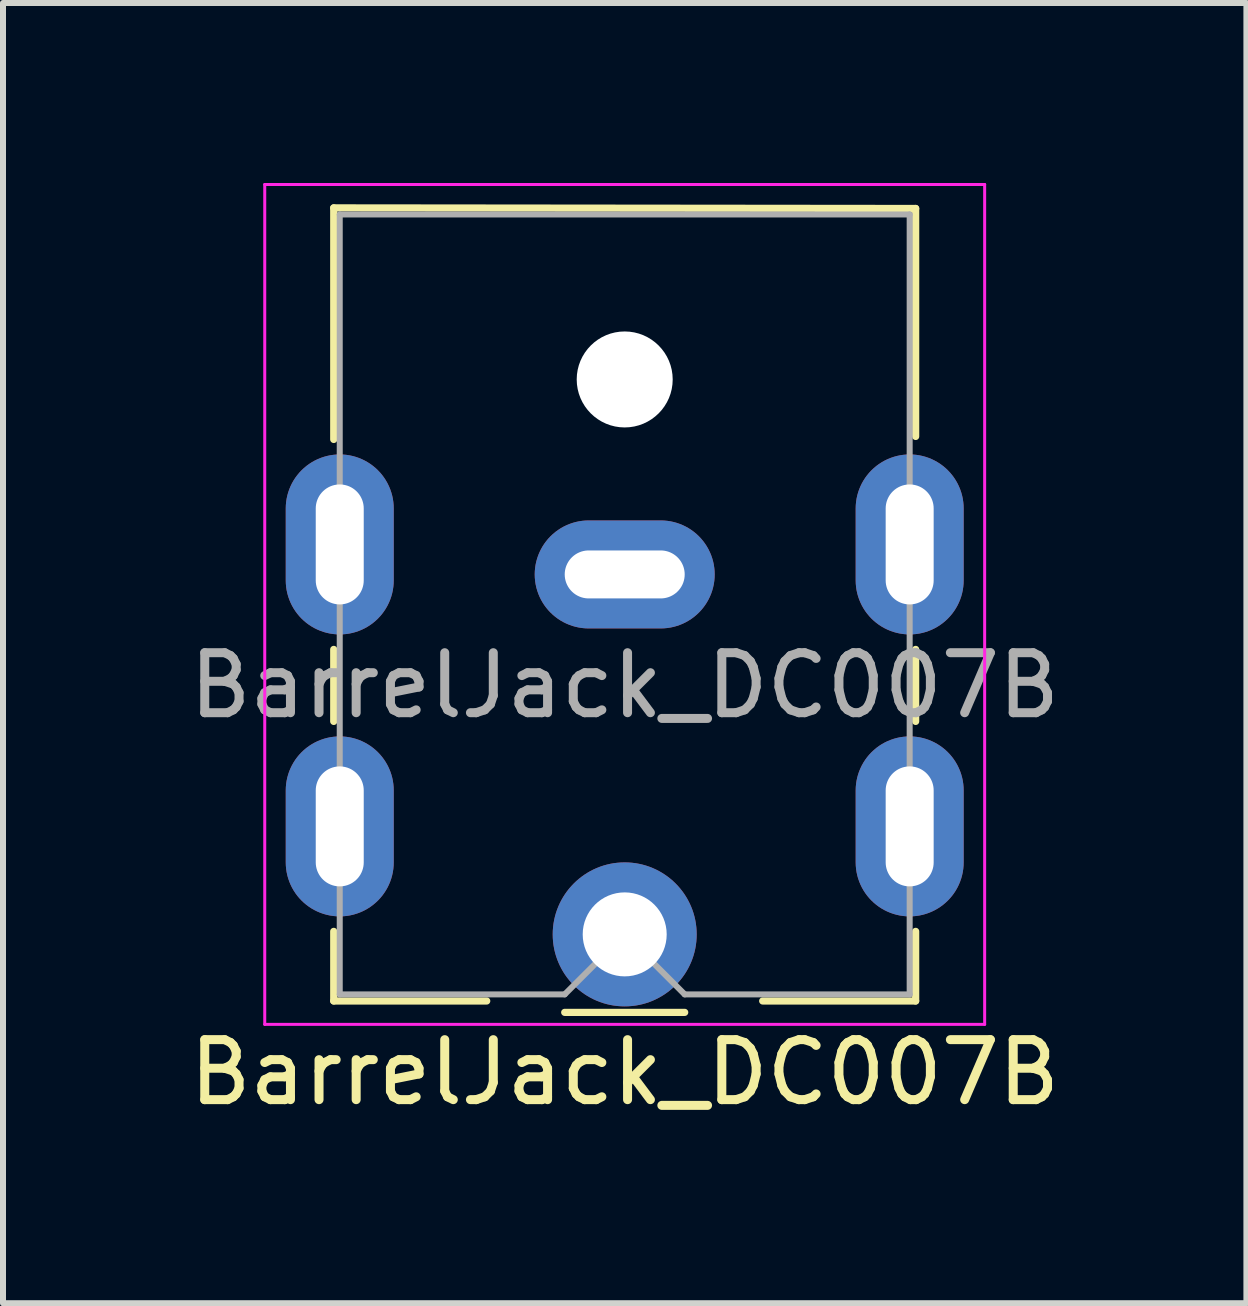
<source format=kicad_pcb>
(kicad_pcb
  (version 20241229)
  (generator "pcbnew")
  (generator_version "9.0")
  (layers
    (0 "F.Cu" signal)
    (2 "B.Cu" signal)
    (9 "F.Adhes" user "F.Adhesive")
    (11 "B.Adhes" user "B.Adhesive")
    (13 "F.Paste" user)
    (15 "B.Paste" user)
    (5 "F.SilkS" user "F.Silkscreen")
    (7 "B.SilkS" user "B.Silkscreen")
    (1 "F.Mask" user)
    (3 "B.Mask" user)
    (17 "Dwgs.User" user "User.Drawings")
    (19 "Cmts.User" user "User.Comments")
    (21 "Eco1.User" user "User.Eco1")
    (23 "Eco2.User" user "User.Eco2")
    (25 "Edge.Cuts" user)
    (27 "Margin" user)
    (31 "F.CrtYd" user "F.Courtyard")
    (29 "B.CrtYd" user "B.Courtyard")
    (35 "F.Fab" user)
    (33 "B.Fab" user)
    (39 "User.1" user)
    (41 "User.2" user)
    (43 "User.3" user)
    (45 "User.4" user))
  (footprint "BarrelJack_DC007B"
    (layer "F.Cu")
    (at 7.363 0.525)
    (property "Reference" "BarrelJack_DC007B" (at 0 14.3 0) (layer "F.SilkS") (effects (font (size 1 1) (thickness 0.15))))
    (attr through_hole)
    (fp_line (start -4.85 -0.11) (end 4.85 -0.1) (stroke (width 0.12) (type solid)) (layer "F.SilkS"))
    (fp_line (start -4.85 3.75) (end -4.85 -0.11) (stroke (width 0.12) (type solid)) (layer "F.SilkS"))
    (fp_line (start -4.85 7.25) (end -4.85 8.45) (stroke (width 0.12) (type solid)) (layer "F.SilkS"))
    (fp_line (start -4.85 13.11) (end -4.85 11.95) (stroke (width 0.12) (type solid)) (layer "F.SilkS"))
    (fp_line (start -2.3 13.11) (end -4.85 13.11) (stroke (width 0.12) (type solid)) (layer "F.SilkS"))
    (fp_line (start 1 13.3) (end -1 13.3) (stroke (width 0.12) (type solid)) (layer "F.SilkS"))
    (fp_line (start 4.85 -0.1) (end 4.85 3.7) (stroke (width 0.12) (type solid)) (layer "F.SilkS"))
    (fp_line (start 4.85 7.25) (end 4.85 8.45) (stroke (width 0.12) (type solid)) (layer "F.SilkS"))
    (fp_line (start 4.85 11.95) (end 4.85 13.11) (stroke (width 0.12) (type solid)) (layer "F.SilkS"))
    (fp_line (start 4.85 13.11) (end 2.3 13.11) (stroke (width 0.12) (type solid)) (layer "F.SilkS"))
    (fp_line (start -6 -0.5) (end -6 13.5) (stroke (width 0.05) (type solid)) (layer "F.CrtYd"))
    (fp_line (start -6 13.5) (end 6 13.5) (stroke (width 0.05) (type solid)) (layer "F.CrtYd"))
    (fp_line (start 6 -0.5) (end -6 -0.5) (stroke (width 0.05) (type solid)) (layer "F.CrtYd"))
    (fp_line (start 6 13.5) (end 6 -0.5) (stroke (width 0.05) (type solid)) (layer "F.CrtYd"))
    (fp_line (start -4.75 0) (end 4.75 0) (stroke (width 0.1) (type solid)) (layer "F.Fab"))
    (fp_line (start -4.75 13) (end -4.75 0) (stroke (width 0.1) (type solid)) (layer "F.Fab"))
    (fp_line (start -1 13) (end -4.75 13) (stroke (width 0.1) (type solid)) (layer "F.Fab"))
    (fp_line (start 0 12) (end -1 13) (stroke (width 0.1) (type solid)) (layer "F.Fab"))
    (fp_line (start 1 13) (end 0 12) (stroke (width 0.1) (type solid)) (layer "F.Fab"))
    (fp_line (start 4.75 0) (end 4.75 13) (stroke (width 0.1) (type solid)) (layer "F.Fab"))
    (fp_line (start 4.75 13) (end 1 13) (stroke (width 0.1) (type solid)) (layer "F.Fab"))
    (fp_text user "${REFERENCE}" (at 0 7.85 0) (layer "F.Fab") (effects (font (size 1 1) (thickness 0.15))))
    (pad "" np_thru_hole circle (at 0 2.75 180) (size 1.6 1.6) (drill 1.6) (layers "*.Cu" "*.Mask"))
    (pad "1" thru_hole circle (at 0 12 180) (size 2.4 2.4) (drill 1.4) (layers "*.Cu" "*.Mask"))
    (pad "2" thru_hole oval (at 0 6 180) (size 3 1.8) (drill oval 2 0.8) (layers "*.Cu" "*.Mask"))
    (pad "MP" thru_hole oval (at -4.75 5.5 180) (size 1.8 3) (drill oval 0.8 2) (layers "*.Cu" "*.Mask"))
    (pad "MP" thru_hole oval (at -4.75 10.2 180) (size 1.8 3) (drill oval 0.8 2) (layers "*.Cu" "*.Mask"))
    (pad "MP" thru_hole oval (at 4.75 5.5 180) (size 1.8 3) (drill oval 0.8 2) (layers "*.Cu" "*.Mask"))
    (pad "MP" thru_hole oval (at 4.75 10.2 180) (size 1.8 3) (drill oval 0.8 2) (layers "*.Cu" "*.Mask")))
  (gr_rect
    (start -3 -3)
    (end 17.726 18.673)
    (stroke (width 0.1) (type default))
    (fill no)
    (layer "Edge.Cuts")))
</source>
